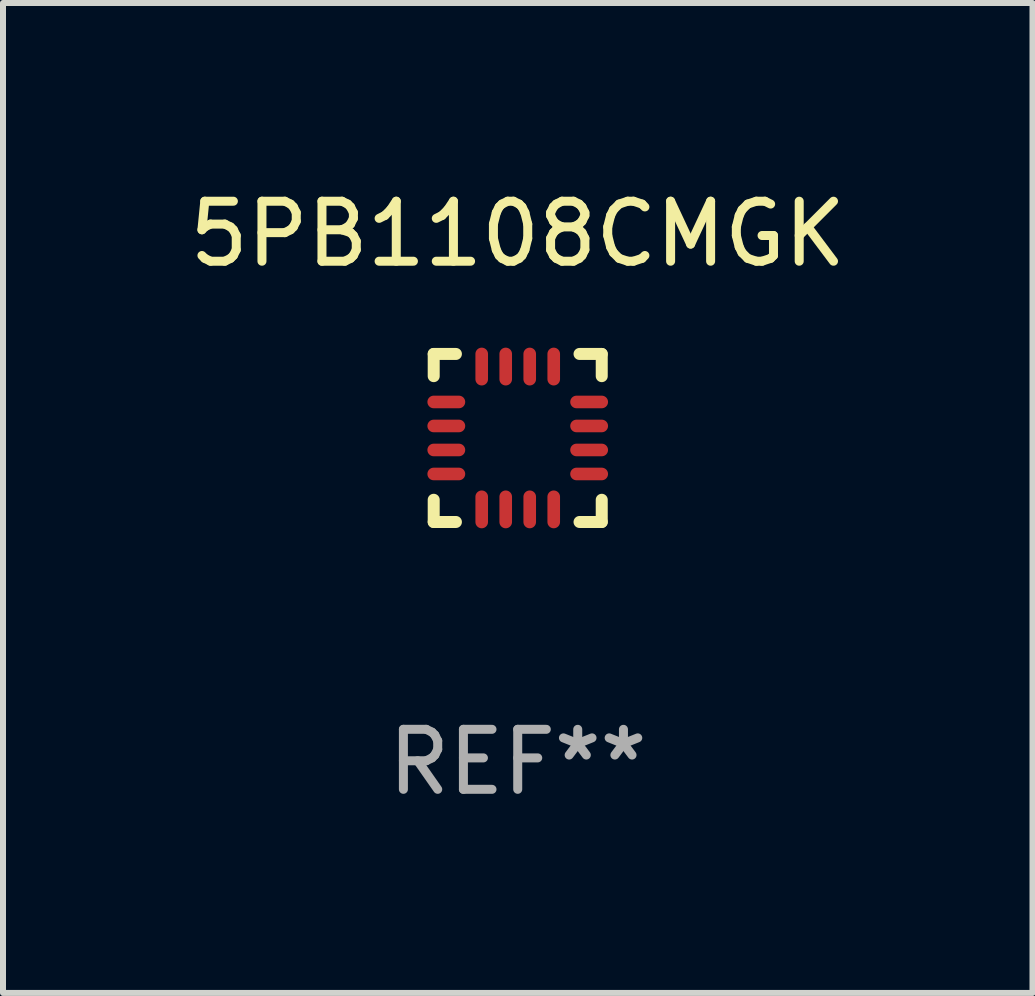
<source format=kicad_pcb>
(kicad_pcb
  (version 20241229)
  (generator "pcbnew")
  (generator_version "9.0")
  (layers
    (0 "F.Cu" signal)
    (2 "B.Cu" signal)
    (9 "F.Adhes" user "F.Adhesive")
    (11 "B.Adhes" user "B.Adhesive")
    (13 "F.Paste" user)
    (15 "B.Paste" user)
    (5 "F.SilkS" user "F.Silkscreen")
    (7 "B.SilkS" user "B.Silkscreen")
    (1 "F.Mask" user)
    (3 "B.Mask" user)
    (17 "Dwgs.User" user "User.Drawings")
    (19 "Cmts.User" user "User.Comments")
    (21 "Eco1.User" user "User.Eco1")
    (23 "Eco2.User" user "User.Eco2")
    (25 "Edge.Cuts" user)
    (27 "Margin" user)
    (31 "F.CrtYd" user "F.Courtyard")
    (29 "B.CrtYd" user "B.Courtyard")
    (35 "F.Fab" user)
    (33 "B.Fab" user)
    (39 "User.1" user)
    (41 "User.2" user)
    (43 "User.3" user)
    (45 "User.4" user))
  (footprint "5PB1108CMGK"
    (layer "F.Cu")
    (at 5.577 4.248)
    (property "Reference" "5PB1108CMGK" (at 0 -3.4 0) (layer "F.SilkS") (effects (font (size 1 1) (thickness 0.15))))
    (attr through_hole)
    (fp_line (start -1.4 -1.4) (end -1.03 -1.4) (stroke (width 0.2) (type solid)) (layer "F.SilkS"))
    (fp_line (start -1.4 -1.03) (end -1.4 -1.4) (stroke (width 0.2) (type solid)) (layer "F.SilkS"))
    (fp_line (start -1.4 1.4) (end -1.4 1.03) (stroke (width 0.2) (type solid)) (layer "F.SilkS"))
    (fp_line (start -1.03 1.4) (end -1.4 1.4) (stroke (width 0.2) (type solid)) (layer "F.SilkS"))
    (fp_line (start 1.03 1.4) (end 1.4 1.4) (stroke (width 0.2) (type solid)) (layer "F.SilkS"))
    (fp_line (start 1.4 -1.4) (end 1.03 -1.4) (stroke (width 0.2) (type solid)) (layer "F.SilkS"))
    (fp_line (start 1.4 -1.03) (end 1.4 -1.4) (stroke (width 0.2) (type solid)) (layer "F.SilkS"))
    (fp_line (start 1.4 1.4) (end 1.4 1.03) (stroke (width 0.2) (type solid)) (layer "F.SilkS"))
    (fp_text user "REF**" (at 0 5.4 0) (layer "F.Fab") (effects (font (size 1 1) (thickness 0.15))))
    (pad "1" smd oval (at -1.19 -0.6 270) (size 0.21 0.63) (layers "F.Cu" "F.Mask" "F.Paste"))
    (pad "2" smd oval (at -1.19 -0.2 270) (size 0.21 0.63) (layers "F.Cu" "F.Mask" "F.Paste"))
    (pad "3" smd oval (at -1.19 0.2 270) (size 0.21 0.63) (layers "F.Cu" "F.Mask" "F.Paste"))
    (pad "4" smd oval (at -1.19 0.6 270) (size 0.21 0.63) (layers "F.Cu" "F.Mask" "F.Paste"))
    (pad "5" smd oval (at -0.6 1.19) (size 0.21 0.63) (layers "F.Cu" "F.Mask" "F.Paste"))
    (pad "6" smd oval (at -0.2 1.19) (size 0.21 0.63) (layers "F.Cu" "F.Mask" "F.Paste"))
    (pad "7" smd oval (at 0.2 1.19) (size 0.21 0.63) (layers "F.Cu" "F.Mask" "F.Paste"))
    (pad "8" smd oval (at 0.6 1.19) (size 0.21 0.63) (layers "F.Cu" "F.Mask" "F.Paste"))
    (pad "9" smd oval (at 1.19 0.6 90) (size 0.21 0.63) (layers "F.Cu" "F.Mask" "F.Paste"))
    (pad "10" smd oval (at 1.19 0.2 90) (size 0.21 0.63) (layers "F.Cu" "F.Mask" "F.Paste"))
    (pad "11" smd oval (at 1.19 -0.2 90) (size 0.21 0.63) (layers "F.Cu" "F.Mask" "F.Paste"))
    (pad "12" smd oval (at 1.19 -0.6 90) (size 0.21 0.63) (layers "F.Cu" "F.Mask" "F.Paste"))
    (pad "13" smd oval (at 0.6 -1.19) (size 0.21 0.63) (layers "F.Cu" "F.Mask" "F.Paste"))
    (pad "14" smd oval (at 0.2 -1.19) (size 0.21 0.63) (layers "F.Cu" "F.Mask" "F.Paste"))
    (pad "15" smd oval (at -0.2 -1.19) (size 0.21 0.63) (layers "F.Cu" "F.Mask" "F.Paste"))
    (pad "16" smd oval (at -0.6 -1.19) (size 0.21 0.63) (layers "F.Cu" "F.Mask" "F.Paste")))
  (gr_rect
    (start -3 -3)
    (end 14.155 13.496)
    (stroke (width 0.1) (type default))
    (fill no)
    (layer "Edge.Cuts")))
</source>
